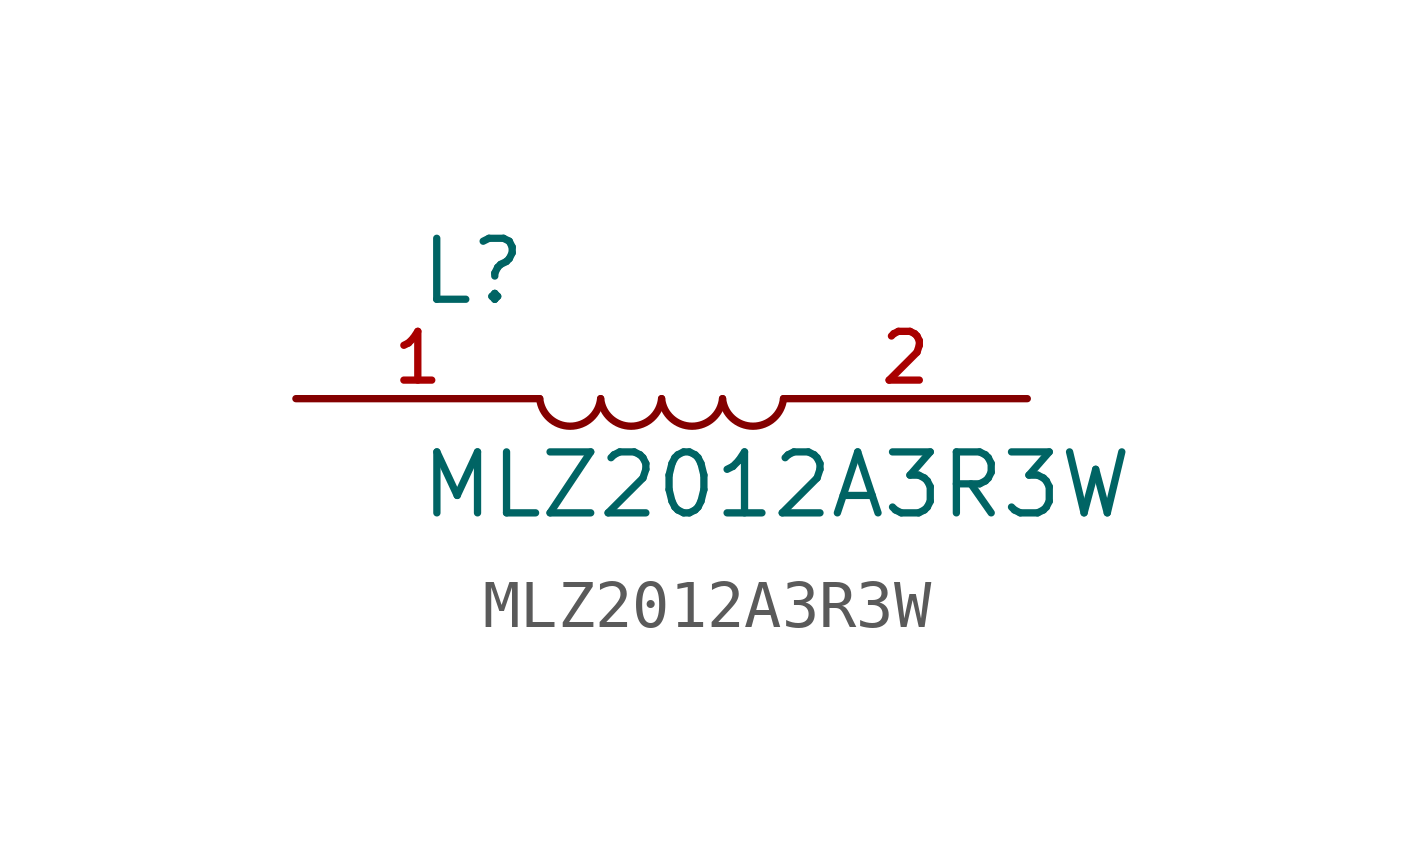
<source format=kicad_sym>
(kicad_symbol_lib
  (version 20211014)
  (generator kicad_symbol_editor)
  (symbol "MLZ2012A3R3W"
    (pin_names
      (offset 1.016))
    (property "Reference" "L"
      (at -5.088 1.908 0)
      (effects (font (size 1.27 1.27)) (justify bottom left)))
    (property "Value" "MLZ2012A3R3W"
      (at -5.085 -2.543 0)
      (effects (font (size 1.27 1.27)) (justify bottom left)))
    (symbol "MLZ2012A3R3W_0_0"
      (arc (start -1.27 0.0) (mid -1.9082 -0.5747) (end -2.54 0.0) (stroke (width 0.1524) (type default) (color 0 0 0 0)) (fill (type none)))
      (arc (start 0.0 0.0) (mid -0.6382 -0.5747) (end -1.27 0.0) (stroke (width 0.1524) (type default) (color 0 0 0 0)) (fill (type none)))
      (arc (start 2.54 0.0) (mid 1.9018 -0.5747) (end 1.27 0.0) (stroke (width 0.1524) (type default) (color 0 0 0 0)) (fill (type none)))
      (arc (start 1.27 0.0) (mid 0.6318 -0.5747) (end 0.0 0.0) (stroke (width 0.1524) (type default) (color 0 0 0 0)) (fill (type none)))
      (pin passive line (at 7.62 0.0 180.0) (length 5.08) (name "~" (effects (font (size 1.016 1.016)))) (number "2" (effects (font (size 1.016 1.016)))))
      (pin passive line (at -7.62 0.0 0) (length 5.08) (name "~" (effects (font (size 1.016 1.016)))) (number "1" (effects (font (size 1.016 1.016))))))))
</source>
